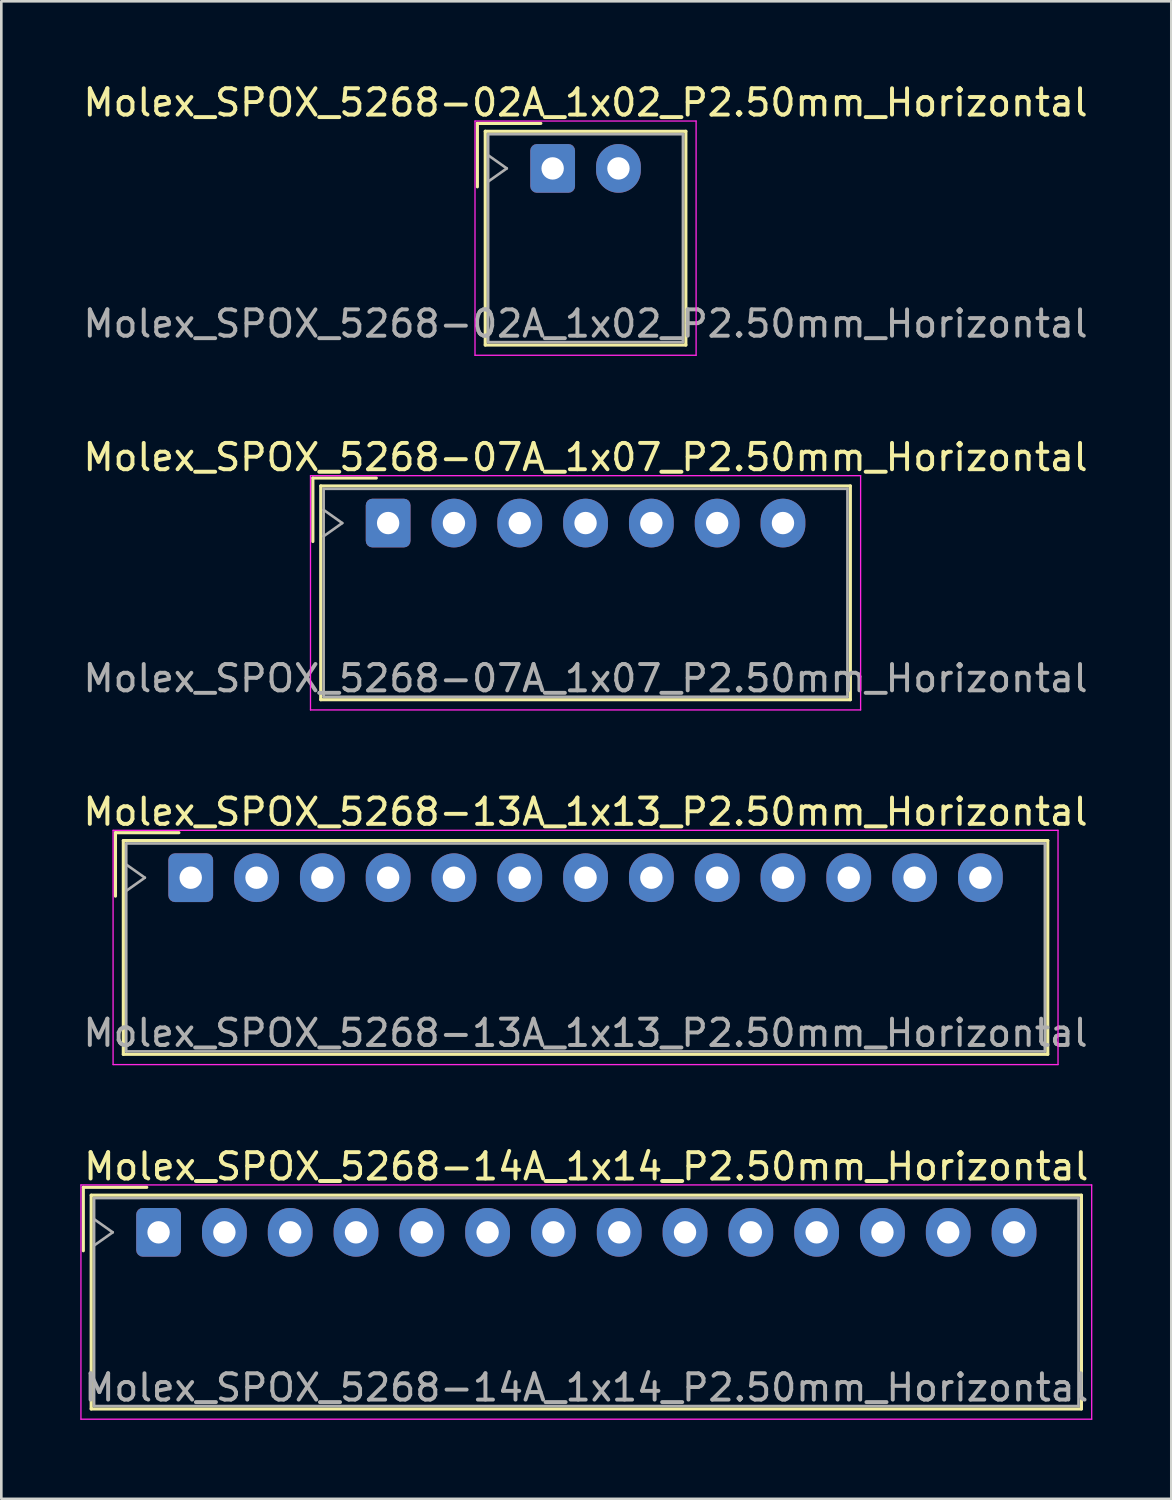
<source format=kicad_pcb>
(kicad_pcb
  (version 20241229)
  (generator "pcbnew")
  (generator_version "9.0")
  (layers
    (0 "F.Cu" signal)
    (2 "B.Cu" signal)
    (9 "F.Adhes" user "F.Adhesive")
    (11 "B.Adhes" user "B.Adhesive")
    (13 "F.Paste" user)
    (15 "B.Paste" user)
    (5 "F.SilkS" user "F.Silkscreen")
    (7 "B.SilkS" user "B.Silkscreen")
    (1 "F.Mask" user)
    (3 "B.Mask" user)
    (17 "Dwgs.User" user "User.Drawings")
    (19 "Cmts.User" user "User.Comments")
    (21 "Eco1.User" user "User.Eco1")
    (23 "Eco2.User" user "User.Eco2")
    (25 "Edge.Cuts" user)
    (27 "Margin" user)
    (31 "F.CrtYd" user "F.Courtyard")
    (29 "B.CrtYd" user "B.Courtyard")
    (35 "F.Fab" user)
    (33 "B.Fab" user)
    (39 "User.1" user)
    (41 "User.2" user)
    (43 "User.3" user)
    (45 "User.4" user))
  (footprint "Molex_SPOX_5268-14A_1x14_P2.50mm_Horizontal"
    (layer "F.Cu")
    (at 2.975 43.768)
    (property "Reference" "Molex_SPOX_5268-14A_1x14_P2.50mm_Horizontal" (at 16.25 -2.5 0) (layer "F.SilkS") (effects (font (size 1 1) (thickness 0.15))))
    (attr through_hole)
    (fp_line (start -2.86 -1.71) (end -0.45 -1.71) (stroke (width 0.12) (type solid)) (layer "F.SilkS"))
    (fp_line (start -2.86 0.7) (end -2.86 -1.71) (stroke (width 0.12) (type solid)) (layer "F.SilkS"))
    (fp_line (start -2.56 -1.41) (end -2.56 6.71) (stroke (width 0.12) (type solid)) (layer "F.SilkS"))
    (fp_line (start -2.56 6.71) (end 35.06 6.71) (stroke (width 0.12) (type solid)) (layer "F.SilkS"))
    (fp_line (start 35.06 -1.41) (end -2.56 -1.41) (stroke (width 0.12) (type solid)) (layer "F.SilkS"))
    (fp_line (start 35.06 6.71) (end 35.06 -1.41) (stroke (width 0.12) (type solid)) (layer "F.SilkS"))
    (fp_line (start -2.95 -1.8) (end -2.95 7.1) (stroke (width 0.05) (type solid)) (layer "F.CrtYd"))
    (fp_line (start -2.95 7.1) (end 35.45 7.1) (stroke (width 0.05) (type solid)) (layer "F.CrtYd"))
    (fp_line (start 35.45 -1.8) (end -2.95 -1.8) (stroke (width 0.05) (type solid)) (layer "F.CrtYd"))
    (fp_line (start 35.45 7.1) (end 35.45 -1.8) (stroke (width 0.05) (type solid)) (layer "F.CrtYd"))
    (fp_line (start -2.45 -1.3) (end -2.45 6.6) (stroke (width 0.1) (type solid)) (layer "F.Fab"))
    (fp_line (start -2.45 0.5) (end -1.743 0) (stroke (width 0.1) (type solid)) (layer "F.Fab"))
    (fp_line (start -2.45 6.6) (end 34.95 6.6) (stroke (width 0.1) (type solid)) (layer "F.Fab"))
    (fp_line (start -1.743 0) (end -2.45 -0.5) (stroke (width 0.1) (type solid)) (layer "F.Fab"))
    (fp_line (start 34.95 -1.3) (end -2.45 -1.3) (stroke (width 0.1) (type solid)) (layer "F.Fab"))
    (fp_line (start 34.95 6.6) (end 34.95 -1.3) (stroke (width 0.1) (type solid)) (layer "F.Fab"))
    (fp_text user "${REFERENCE}" (at 16.25 5.9 0) (layer "F.Fab") (effects (font (size 1 1) (thickness 0.15))))
    (pad "1" thru_hole roundrect (at 0 0) (size 1.7 1.85) (drill 0.85) (layers "*.Cu" "*.Mask") (roundrect_rratio 0.147))
    (pad "2" thru_hole oval (at 2.5 0) (size 1.7 1.85) (drill 0.85) (layers "*.Cu" "*.Mask"))
    (pad "3" thru_hole oval (at 5 0) (size 1.7 1.85) (drill 0.85) (layers "*.Cu" "*.Mask"))
    (pad "4" thru_hole oval (at 7.5 0) (size 1.7 1.85) (drill 0.85) (layers "*.Cu" "*.Mask"))
    (pad "5" thru_hole oval (at 10 0) (size 1.7 1.85) (drill 0.85) (layers "*.Cu" "*.Mask"))
    (pad "6" thru_hole oval (at 12.5 0) (size 1.7 1.85) (drill 0.85) (layers "*.Cu" "*.Mask"))
    (pad "7" thru_hole oval (at 15 0) (size 1.7 1.85) (drill 0.85) (layers "*.Cu" "*.Mask"))
    (pad "8" thru_hole oval (at 17.5 0) (size 1.7 1.85) (drill 0.85) (layers "*.Cu" "*.Mask"))
    (pad "9" thru_hole oval (at 20 0) (size 1.7 1.85) (drill 0.85) (layers "*.Cu" "*.Mask"))
    (pad "10" thru_hole oval (at 22.5 0) (size 1.7 1.85) (drill 0.85) (layers "*.Cu" "*.Mask"))
    (pad "11" thru_hole oval (at 25 0) (size 1.7 1.85) (drill 0.85) (layers "*.Cu" "*.Mask"))
    (pad "12" thru_hole oval (at 27.5 0) (size 1.7 1.85) (drill 0.85) (layers "*.Cu" "*.Mask"))
    (pad "13" thru_hole oval (at 30 0) (size 1.7 1.85) (drill 0.85) (layers "*.Cu" "*.Mask"))
    (pad "14" thru_hole oval (at 32.5 0) (size 1.7 1.85) (drill 0.85) (layers "*.Cu" "*.Mask")))
  (footprint "Molex_SPOX_5268-02A_1x02_P2.50mm_Horizontal"
    (layer "F.Cu")
    (at 17.946 3.348)
    (property "Reference" "Molex_SPOX_5268-02A_1x02_P2.50mm_Horizontal" (at 1.25 -2.5 0) (layer "F.SilkS") (effects (font (size 1 1) (thickness 0.15))))
    (attr through_hole)
    (fp_line (start -2.86 -1.71) (end -0.45 -1.71) (stroke (width 0.12) (type solid)) (layer "F.SilkS"))
    (fp_line (start -2.86 0.7) (end -2.86 -1.71) (stroke (width 0.12) (type solid)) (layer "F.SilkS"))
    (fp_line (start -2.56 -1.41) (end -2.56 6.71) (stroke (width 0.12) (type solid)) (layer "F.SilkS"))
    (fp_line (start -2.56 6.71) (end 5.06 6.71) (stroke (width 0.12) (type solid)) (layer "F.SilkS"))
    (fp_line (start 5.06 -1.41) (end -2.56 -1.41) (stroke (width 0.12) (type solid)) (layer "F.SilkS"))
    (fp_line (start 5.06 6.71) (end 5.06 -1.41) (stroke (width 0.12) (type solid)) (layer "F.SilkS"))
    (fp_line (start -2.95 -1.8) (end -2.95 7.1) (stroke (width 0.05) (type solid)) (layer "F.CrtYd"))
    (fp_line (start -2.95 7.1) (end 5.45 7.1) (stroke (width 0.05) (type solid)) (layer "F.CrtYd"))
    (fp_line (start 5.45 -1.8) (end -2.95 -1.8) (stroke (width 0.05) (type solid)) (layer "F.CrtYd"))
    (fp_line (start 5.45 7.1) (end 5.45 -1.8) (stroke (width 0.05) (type solid)) (layer "F.CrtYd"))
    (fp_line (start -2.45 -1.3) (end -2.45 6.6) (stroke (width 0.1) (type solid)) (layer "F.Fab"))
    (fp_line (start -2.45 0.5) (end -1.743 0) (stroke (width 0.1) (type solid)) (layer "F.Fab"))
    (fp_line (start -2.45 6.6) (end 4.95 6.6) (stroke (width 0.1) (type solid)) (layer "F.Fab"))
    (fp_line (start -1.743 0) (end -2.45 -0.5) (stroke (width 0.1) (type solid)) (layer "F.Fab"))
    (fp_line (start 4.95 -1.3) (end -2.45 -1.3) (stroke (width 0.1) (type solid)) (layer "F.Fab"))
    (fp_line (start 4.95 6.6) (end 4.95 -1.3) (stroke (width 0.1) (type solid)) (layer "F.Fab"))
    (fp_text user "${REFERENCE}" (at 1.25 5.9 0) (layer "F.Fab") (effects (font (size 1 1) (thickness 0.15))))
    (pad "1" thru_hole roundrect (at 0 0) (size 1.7 1.85) (drill 0.85) (layers "*.Cu" "*.Mask") (roundrect_rratio 0.147))
    (pad "2" thru_hole oval (at 2.5 0) (size 1.7 1.85) (drill 0.85) (layers "*.Cu" "*.Mask")))
  (footprint "Molex_SPOX_5268-07A_1x07_P2.50mm_Horizontal"
    (layer "F.Cu")
    (at 11.696 16.822)
    (property "Reference" "Molex_SPOX_5268-07A_1x07_P2.50mm_Horizontal" (at 7.5 -2.5 0) (layer "F.SilkS") (effects (font (size 1 1) (thickness 0.15))))
    (attr through_hole)
    (fp_line (start -2.86 -1.71) (end -0.45 -1.71) (stroke (width 0.12) (type solid)) (layer "F.SilkS"))
    (fp_line (start -2.86 0.7) (end -2.86 -1.71) (stroke (width 0.12) (type solid)) (layer "F.SilkS"))
    (fp_line (start -2.56 -1.41) (end -2.56 6.71) (stroke (width 0.12) (type solid)) (layer "F.SilkS"))
    (fp_line (start -2.56 6.71) (end 17.56 6.71) (stroke (width 0.12) (type solid)) (layer "F.SilkS"))
    (fp_line (start 17.56 -1.41) (end -2.56 -1.41) (stroke (width 0.12) (type solid)) (layer "F.SilkS"))
    (fp_line (start 17.56 6.71) (end 17.56 -1.41) (stroke (width 0.12) (type solid)) (layer "F.SilkS"))
    (fp_line (start -2.95 -1.8) (end -2.95 7.1) (stroke (width 0.05) (type solid)) (layer "F.CrtYd"))
    (fp_line (start -2.95 7.1) (end 17.95 7.1) (stroke (width 0.05) (type solid)) (layer "F.CrtYd"))
    (fp_line (start 17.95 -1.8) (end -2.95 -1.8) (stroke (width 0.05) (type solid)) (layer "F.CrtYd"))
    (fp_line (start 17.95 7.1) (end 17.95 -1.8) (stroke (width 0.05) (type solid)) (layer "F.CrtYd"))
    (fp_line (start -2.45 -1.3) (end -2.45 6.6) (stroke (width 0.1) (type solid)) (layer "F.Fab"))
    (fp_line (start -2.45 0.5) (end -1.743 0) (stroke (width 0.1) (type solid)) (layer "F.Fab"))
    (fp_line (start -2.45 6.6) (end 17.45 6.6) (stroke (width 0.1) (type solid)) (layer "F.Fab"))
    (fp_line (start -1.743 0) (end -2.45 -0.5) (stroke (width 0.1) (type solid)) (layer "F.Fab"))
    (fp_line (start 17.45 -1.3) (end -2.45 -1.3) (stroke (width 0.1) (type solid)) (layer "F.Fab"))
    (fp_line (start 17.45 6.6) (end 17.45 -1.3) (stroke (width 0.1) (type solid)) (layer "F.Fab"))
    (fp_text user "${REFERENCE}" (at 7.5 5.9 0) (layer "F.Fab") (effects (font (size 1 1) (thickness 0.15))))
    (pad "1" thru_hole roundrect (at 0 0) (size 1.7 1.85) (drill 0.85) (layers "*.Cu" "*.Mask") (roundrect_rratio 0.147))
    (pad "2" thru_hole oval (at 2.5 0) (size 1.7 1.85) (drill 0.85) (layers "*.Cu" "*.Mask"))
    (pad "3" thru_hole oval (at 5 0) (size 1.7 1.85) (drill 0.85) (layers "*.Cu" "*.Mask"))
    (pad "4" thru_hole oval (at 7.5 0) (size 1.7 1.85) (drill 0.85) (layers "*.Cu" "*.Mask"))
    (pad "5" thru_hole oval (at 10 0) (size 1.7 1.85) (drill 0.85) (layers "*.Cu" "*.Mask"))
    (pad "6" thru_hole oval (at 12.5 0) (size 1.7 1.85) (drill 0.85) (layers "*.Cu" "*.Mask"))
    (pad "7" thru_hole oval (at 15 0) (size 1.7 1.85) (drill 0.85) (layers "*.Cu" "*.Mask")))
  (footprint "Molex_SPOX_5268-13A_1x13_P2.50mm_Horizontal"
    (layer "F.Cu")
    (at 4.196 30.295)
    (property "Reference" "Molex_SPOX_5268-13A_1x13_P2.50mm_Horizontal" (at 15 -2.5 0) (layer "F.SilkS") (effects (font (size 1 1) (thickness 0.15))))
    (attr through_hole)
    (fp_line (start -2.86 -1.71) (end -0.45 -1.71) (stroke (width 0.12) (type solid)) (layer "F.SilkS"))
    (fp_line (start -2.86 0.7) (end -2.86 -1.71) (stroke (width 0.12) (type solid)) (layer "F.SilkS"))
    (fp_line (start -2.56 -1.41) (end -2.56 6.71) (stroke (width 0.12) (type solid)) (layer "F.SilkS"))
    (fp_line (start -2.56 6.71) (end 32.56 6.71) (stroke (width 0.12) (type solid)) (layer "F.SilkS"))
    (fp_line (start 32.56 -1.41) (end -2.56 -1.41) (stroke (width 0.12) (type solid)) (layer "F.SilkS"))
    (fp_line (start 32.56 6.71) (end 32.56 -1.41) (stroke (width 0.12) (type solid)) (layer "F.SilkS"))
    (fp_line (start -2.95 -1.8) (end -2.95 7.1) (stroke (width 0.05) (type solid)) (layer "F.CrtYd"))
    (fp_line (start -2.95 7.1) (end 32.95 7.1) (stroke (width 0.05) (type solid)) (layer "F.CrtYd"))
    (fp_line (start 32.95 -1.8) (end -2.95 -1.8) (stroke (width 0.05) (type solid)) (layer "F.CrtYd"))
    (fp_line (start 32.95 7.1) (end 32.95 -1.8) (stroke (width 0.05) (type solid)) (layer "F.CrtYd"))
    (fp_line (start -2.45 -1.3) (end -2.45 6.6) (stroke (width 0.1) (type solid)) (layer "F.Fab"))
    (fp_line (start -2.45 0.5) (end -1.743 0) (stroke (width 0.1) (type solid)) (layer "F.Fab"))
    (fp_line (start -2.45 6.6) (end 32.45 6.6) (stroke (width 0.1) (type solid)) (layer "F.Fab"))
    (fp_line (start -1.743 0) (end -2.45 -0.5) (stroke (width 0.1) (type solid)) (layer "F.Fab"))
    (fp_line (start 32.45 -1.3) (end -2.45 -1.3) (stroke (width 0.1) (type solid)) (layer "F.Fab"))
    (fp_line (start 32.45 6.6) (end 32.45 -1.3) (stroke (width 0.1) (type solid)) (layer "F.Fab"))
    (fp_text user "${REFERENCE}" (at 15 5.9 0) (layer "F.Fab") (effects (font (size 1 1) (thickness 0.15))))
    (pad "1" thru_hole roundrect (at 0 0) (size 1.7 1.85) (drill 0.85) (layers "*.Cu" "*.Mask") (roundrect_rratio 0.147))
    (pad "2" thru_hole oval (at 2.5 0) (size 1.7 1.85) (drill 0.85) (layers "*.Cu" "*.Mask"))
    (pad "3" thru_hole oval (at 5 0) (size 1.7 1.85) (drill 0.85) (layers "*.Cu" "*.Mask"))
    (pad "4" thru_hole oval (at 7.5 0) (size 1.7 1.85) (drill 0.85) (layers "*.Cu" "*.Mask"))
    (pad "5" thru_hole oval (at 10 0) (size 1.7 1.85) (drill 0.85) (layers "*.Cu" "*.Mask"))
    (pad "6" thru_hole oval (at 12.5 0) (size 1.7 1.85) (drill 0.85) (layers "*.Cu" "*.Mask"))
    (pad "7" thru_hole oval (at 15 0) (size 1.7 1.85) (drill 0.85) (layers "*.Cu" "*.Mask"))
    (pad "8" thru_hole oval (at 17.5 0) (size 1.7 1.85) (drill 0.85) (layers "*.Cu" "*.Mask"))
    (pad "9" thru_hole oval (at 20 0) (size 1.7 1.85) (drill 0.85) (layers "*.Cu" "*.Mask"))
    (pad "10" thru_hole oval (at 22.5 0) (size 1.7 1.85) (drill 0.85) (layers "*.Cu" "*.Mask"))
    (pad "11" thru_hole oval (at 25 0) (size 1.7 1.85) (drill 0.85) (layers "*.Cu" "*.Mask"))
    (pad "12" thru_hole oval (at 27.5 0) (size 1.7 1.85) (drill 0.85) (layers "*.Cu" "*.Mask"))
    (pad "13" thru_hole oval (at 30 0) (size 1.7 1.85) (drill 0.85) (layers "*.Cu" "*.Mask")))
  (gr_rect
    (start -3 -3)
    (end 41.45 53.893)
    (stroke (width 0.1) (type default))
    (fill no)
    (layer "Edge.Cuts")))
</source>
